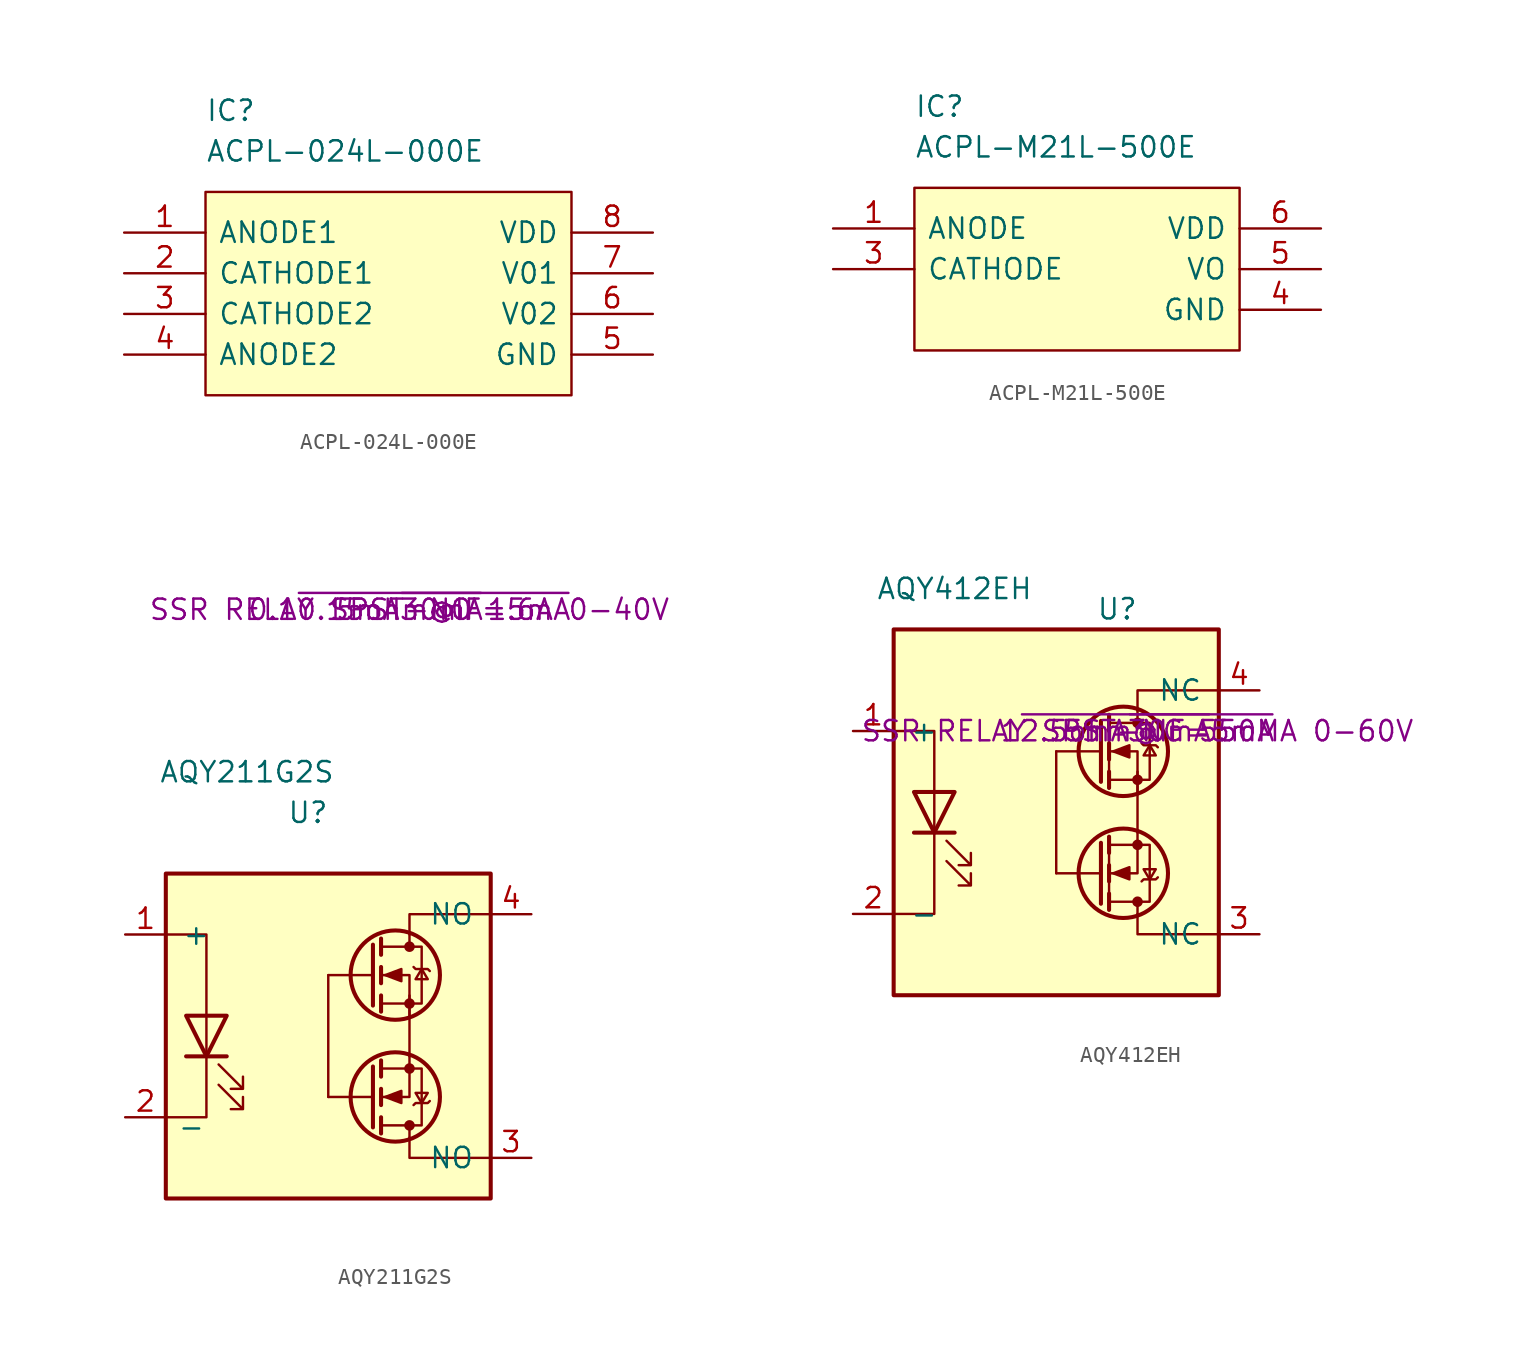
<source format=kicad_sym>
(kicad_symbol_lib
  (version 20211014)
  (generator kicad_symbol_editor)
  (symbol "ACPL-024L-000E"
    (pin_names
      (offset 0.762))
    (property "Reference" "IC"
      (at 5.08 7.62 0)
      (effects (font (size 1.27 1.27)) (justify left)))
    (property "Value" "ACPL-024L-000E"
      (at 5.08 5.08 0)
      (effects (font (size 1.27 1.27)) (justify left)))
    (symbol "ACPL-024L-000E_0_0"
      (pin passive line (at 0 0 0) (length 5.08) (name "ANODE1" (effects (font (size 1.27 1.27)))) (number "1" (effects (font (size 1.27 1.27)))))
      (pin passive line (at 0 -2.54 0) (length 5.08) (name "CATHODE1" (effects (font (size 1.27 1.27)))) (number "2" (effects (font (size 1.27 1.27)))))
      (pin passive line (at 0 -5.08 0) (length 5.08) (name "CATHODE2" (effects (font (size 1.27 1.27)))) (number "3" (effects (font (size 1.27 1.27)))))
      (pin passive line (at 0 -7.62 0) (length 5.08) (name "ANODE2" (effects (font (size 1.27 1.27)))) (number "4" (effects (font (size 1.27 1.27)))))
      (pin passive line (at 33.02 -7.62 180) (length 5.08) (name "GND" (effects (font (size 1.27 1.27)))) (number "5" (effects (font (size 1.27 1.27)))))
      (pin passive line (at 33.02 -5.08 180) (length 5.08) (name "V02" (effects (font (size 1.27 1.27)))) (number "6" (effects (font (size 1.27 1.27)))))
      (pin passive line (at 33.02 -2.54 180) (length 5.08) (name "V01" (effects (font (size 1.27 1.27)))) (number "7" (effects (font (size 1.27 1.27)))))
      (pin passive line (at 33.02 0 180) (length 5.08) (name "VDD" (effects (font (size 1.27 1.27)))) (number "8" (effects (font (size 1.27 1.27))))))
    (symbol "ACPL-024L-000E_0_1"
      (polyline (pts (xy 5.08 2.54) (xy 27.94 2.54) (xy 27.94 -10.16) (xy 5.08 -10.16) (xy 5.08 2.54)) (stroke (width 0.152) (type default) (color 0 0 0 0)) (fill (type background)))))
  (symbol "ACPL-M21L-500E"
    (pin_names
      (offset 0.762))
    (property "Reference" "IC"
      (at 5.08 7.62 0)
      (effects (font (size 1.27 1.27)) (justify left)))
    (property "Value" "ACPL-M21L-500E"
      (at 5.08 5.08 0)
      (effects (font (size 1.27 1.27)) (justify left)))
    (symbol "ACPL-M21L-500E_0_0"
      (pin passive line (at 0 0 0) (length 5.08) (name "ANODE" (effects (font (size 1.27 1.27)))) (number "1" (effects (font (size 1.27 1.27)))))
      (pin passive line (at 0 -2.54 0) (length 5.08) (name "CATHODE" (effects (font (size 1.27 1.27)))) (number "3" (effects (font (size 1.27 1.27)))))
      (pin power_in line (at 30.48 -5.08 180) (length 5.08) (name "GND" (effects (font (size 1.27 1.27)))) (number "4" (effects (font (size 1.27 1.27)))))
      (pin passive line (at 30.48 -2.54 180) (length 5.08) (name "VO" (effects (font (size 1.27 1.27)))) (number "5" (effects (font (size 1.27 1.27)))))
      (pin passive line (at 30.48 0 180) (length 5.08) (name "VDD" (effects (font (size 1.27 1.27)))) (number "6" (effects (font (size 1.27 1.27))))))
    (symbol "ACPL-M21L-500E_0_1"
      (polyline (pts (xy 5.08 2.54) (xy 25.4 2.54) (xy 25.4 -7.62) (xy 5.08 -7.62) (xy 5.08 2.54)) (stroke (width 0.152) (type default) (color 0 0 0 0)) (fill (type background)))))
  (symbol "AQY211G2S"
    (pin_names
      (offset 1.016))
    (property "Reference" "U"
      (at -6.35 -12.7 0)
      (effects (font (size 1.27 1.27))))
    (property "Value" "AQY211G2S"
      (at -10.16 -10.16 0)
      (effects (font (size 1.27 1.27))))
    (property "Description" "SSR RELAY SPST-NO 1.6A 0-40V"
      (at 0 0 0)
      (effects (font (size 1.27 1.27))))
    (property "On Resistance" "0.1~{0.15ohm@IF=5mA}"
      (at 0 0 0)
      (effects (font (size 1.27 1.27))))
    (property "IF" "5mA~{30mA}"
      (at 0 0 0)
      (effects (font (size 1.27 1.27))))
    (symbol "AQY211G2S_0_1"
      (rectangle (start -15.24 -16.51) (end 5.08 -36.83) (stroke (width 0.254) (type default) (color 0 0 0 0)) (fill (type background)))
      (polyline (pts (xy -5.08 -22.86) (xy -5.08 -30.48)) (stroke (width 0) (type default) (color 0 0 0 0)) (fill (type none)))
      (polyline (pts (xy 0 -24.13) (xy 0 -27.94)) (stroke (width 0) (type default) (color 0 0 0 0)) (fill (type none)))
      (polyline (pts (xy -12.7 -27.94) (xy -12.7 -31.75) (xy -15.24 -31.75)) (stroke (width 0) (type default) (color 0 0 0 0)) (fill (type none)))
      (polyline (pts (xy -12.7 -25.4) (xy -12.7 -20.32) (xy -15.24 -20.32)) (stroke (width 0) (type default) (color 0 0 0 0)) (fill (type none)))
      (polyline (pts (xy 0 -33.02) (xy 0 -34.29) (xy 5.08 -34.29)) (stroke (width 0) (type default) (color 0 0 0 0)) (fill (type none)))
      (polyline (pts (xy 0 -20.32) (xy 0 -19.05) (xy 5.08 -19.05)) (stroke (width 0) (type default) (color 0 0 0 0)) (fill (type none))))
    (symbol "AQY211G2S_1_1"
      (circle (center -0.889 -30.48) (radius 2.794) (stroke (width 0.254) (type default) (color 0 0 0 0)) (fill (type none)))
      (circle (center -0.889 -22.86) (radius 2.794) (stroke (width 0.254) (type default) (color 0 0 0 0)) (fill (type none)))
      (circle (center 0 -32.258) (radius 0.254) (stroke (width 0) (type default) (color 0 0 0 0)) (fill (type outline)))
      (circle (center 0 -28.702) (radius 0.254) (stroke (width 0) (type default) (color 0 0 0 0)) (fill (type outline)))
      (circle (center 0 -24.638) (radius 0.254) (stroke (width 0) (type default) (color 0 0 0 0)) (fill (type outline)))
      (circle (center 0 -21.082) (radius 0.254) (stroke (width 0) (type default) (color 0 0 0 0)) (fill (type outline)))
      (polyline (pts (xy -12.7 -27.94) (xy -12.7 -25.4)) (stroke (width 0) (type default) (color 0 0 0 0)) (fill (type none)))
      (polyline (pts (xy -11.43 -27.94) (xy -13.97 -27.94)) (stroke (width 0.254) (type default) (color 0 0 0 0)) (fill (type none)))
      (polyline (pts (xy -2.286 -32.385) (xy -2.286 -28.575)) (stroke (width 0.254) (type default) (color 0 0 0 0)) (fill (type none)))
      (polyline (pts (xy -2.286 -30.48) (xy -5.08 -30.48)) (stroke (width 0) (type default) (color 0 0 0 0)) (fill (type none)))
      (polyline (pts (xy -2.286 -22.86) (xy -5.08 -22.86)) (stroke (width 0) (type default) (color 0 0 0 0)) (fill (type none)))
      (polyline (pts (xy -2.286 -20.955) (xy -2.286 -24.765)) (stroke (width 0.254) (type default) (color 0 0 0 0)) (fill (type none)))
      (polyline (pts (xy -1.778 -32.766) (xy -1.778 -31.75)) (stroke (width 0.254) (type default) (color 0 0 0 0)) (fill (type none)))
      (polyline (pts (xy -1.778 -30.988) (xy -1.778 -29.972)) (stroke (width 0.254) (type default) (color 0 0 0 0)) (fill (type none)))
      (polyline (pts (xy -1.778 -29.21) (xy -1.778 -28.194)) (stroke (width 0.254) (type default) (color 0 0 0 0)) (fill (type none)))
      (polyline (pts (xy -1.778 -24.13) (xy -1.778 -25.146)) (stroke (width 0.254) (type default) (color 0 0 0 0)) (fill (type none)))
      (polyline (pts (xy -1.778 -22.352) (xy -1.778 -23.368)) (stroke (width 0.254) (type default) (color 0 0 0 0)) (fill (type none)))
      (polyline (pts (xy -1.778 -20.574) (xy -1.778 -21.59)) (stroke (width 0.254) (type default) (color 0 0 0 0)) (fill (type none)))
      (polyline (pts (xy 0 -33.02) (xy 0 -32.258)) (stroke (width 0) (type default) (color 0 0 0 0)) (fill (type none)))
      (polyline (pts (xy 0 -20.32) (xy 0 -21.082)) (stroke (width 0) (type default) (color 0 0 0 0)) (fill (type none)))
      (polyline (pts (xy 0 -27.94) (xy 0 -30.48) (xy -1.778 -30.48)) (stroke (width 0) (type default) (color 0 0 0 0)) (fill (type none)))
      (polyline (pts (xy 0 -25.4) (xy 0 -22.86) (xy -1.778 -22.86)) (stroke (width 0) (type default) (color 0 0 0 0)) (fill (type none)))
      (polyline (pts (xy -11.43 -25.4) (xy -13.97 -25.4) (xy -12.7 -27.94) (xy -11.43 -25.4)) (stroke (width 0.254) (type default) (color 0 0 0 0)) (fill (type none)))
      (polyline (pts (xy -1.778 -28.702) (xy 0.762 -28.702) (xy 0.762 -32.258) (xy -1.778 -32.258)) (stroke (width 0) (type default) (color 0 0 0 0)) (fill (type none)))
      (polyline (pts (xy -1.778 -24.638) (xy 0.762 -24.638) (xy 0.762 -21.082) (xy -1.778 -21.082)) (stroke (width 0) (type default) (color 0 0 0 0)) (fill (type none)))
      (polyline (pts (xy -1.524 -30.48) (xy -0.508 -30.861) (xy -0.508 -30.099) (xy -1.524 -30.48)) (stroke (width 0) (type default) (color 0 0 0 0)) (fill (type outline)))
      (polyline (pts (xy -1.524 -22.86) (xy -0.508 -22.479) (xy -0.508 -23.241) (xy -1.524 -22.86)) (stroke (width 0) (type default) (color 0 0 0 0)) (fill (type outline)))
      (polyline (pts (xy 0.254 -30.988) (xy 0.381 -30.861) (xy 1.143 -30.861) (xy 1.27 -30.734)) (stroke (width 0) (type default) (color 0 0 0 0)) (fill (type none)))
      (polyline (pts (xy 0.254 -22.352) (xy 0.381 -22.479) (xy 1.143 -22.479) (xy 1.27 -22.606)) (stroke (width 0) (type default) (color 0 0 0 0)) (fill (type none)))
      (polyline (pts (xy 0.762 -30.861) (xy 0.381 -30.226) (xy 1.143 -30.226) (xy 0.762 -30.861)) (stroke (width 0) (type default) (color 0 0 0 0)) (fill (type none)))
      (polyline (pts (xy 0.762 -22.479) (xy 0.381 -23.114) (xy 1.143 -23.114) (xy 0.762 -22.479)) (stroke (width 0) (type default) (color 0 0 0 0)) (fill (type none)))
      (polyline (pts (xy -11.938 -29.718) (xy -10.414 -31.242) (xy -10.414 -30.48) (xy -10.414 -31.242) (xy -11.176 -31.242)) (stroke (width 0) (type default) (color 0 0 0 0)) (fill (type none)))
      (polyline (pts (xy -11.938 -28.448) (xy -10.414 -29.972) (xy -10.414 -29.21) (xy -10.414 -29.972) (xy -11.176 -29.972)) (stroke (width 0) (type default) (color 0 0 0 0)) (fill (type none)))
      (pin input line (at -17.78 -20.32 0) (length 2.54) (name "+" (effects (font (size 1.27 1.27)))) (number "1" (effects (font (size 1.27 1.27)))))
      (pin input line (at -17.78 -31.75 0) (length 2.54) (name "_" (effects (font (size 1.27 1.27)))) (number "2" (effects (font (size 1.27 1.27)))))
      (pin input line (at 7.62 -34.29 180) (length 2.54) (name "NO" (effects (font (size 1.27 1.27)))) (number "3" (effects (font (size 1.27 1.27)))))
      (pin input line (at 7.62 -19.05 180) (length 2.54) (name "NO" (effects (font (size 1.27 1.27)))) (number "4" (effects (font (size 1.27 1.27)))))))
  (symbol "AQY412EH"
    (pin_names
      (offset 1.016))
    (property "Reference" "U"
      (at -1.27 7.62 0)
      (effects (font (size 1.27 1.27))))
    (property "Value" "AQY412EH"
      (at -11.43 8.89 0)
      (effects (font (size 1.27 1.27))))
    (property "Description" "SSR RELAY SPST-NC 550MA 0-60V"
      (at 0 0 0)
      (effects (font (size 1.27 1.27))))
    (property "On Resistance" "1~{2.5ohm@IF=5mA}"
      (at 0 0 0)
      (effects (font (size 1.27 1.27))))
    (property "IF" "5mA~{30mA}"
      (at 0 0 0)
      (effects (font (size 1.27 1.27))))
    (symbol "AQY412EH_0_1"
      (rectangle (start -15.24 6.35) (end 5.08 -16.51) (stroke (width 0.254) (type default) (color 0 0 0 0)) (fill (type background)))
      (polyline (pts (xy -1.778 -6.579) (xy -1.778 -11.201)) (stroke (width 0) (type default) (color 0 0 0 0)) (fill (type none)))
      (polyline (pts (xy -1.778 -3.581) (xy -1.778 1.041)) (stroke (width 0) (type default) (color 0 0 0 0)) (fill (type none)))
      (polyline (pts (xy -12.7 -6.35) (xy -12.7 -11.43) (xy -15.24 -11.43)) (stroke (width 0) (type default) (color 0 0 0 0)) (fill (type none)))
      (polyline (pts (xy -12.7 -3.81) (xy -12.7 0) (xy -15.24 0)) (stroke (width 0) (type default) (color 0 0 0 0)) (fill (type none)))
      (polyline (pts (xy 0 -11.43) (xy 0 -12.7) (xy 5.08 -12.7)) (stroke (width 0) (type default) (color 0 0 0 0)) (fill (type none)))
      (polyline (pts (xy 0 1.27) (xy 0 2.54) (xy 5.08 2.54)) (stroke (width 0) (type default) (color 0 0 0 0)) (fill (type none))))
    (symbol "AQY412EH_1_1"
      (circle (center -0.889 -8.89) (radius 2.794) (stroke (width 0.254) (type default) (color 0 0 0 0)) (fill (type none)))
      (circle (center -0.889 -1.27) (radius 2.794) (stroke (width 0.254) (type default) (color 0 0 0 0)) (fill (type none)))
      (circle (center 0 -10.668) (radius 0.254) (stroke (width 0) (type default) (color 0 0 0 0)) (fill (type outline)))
      (circle (center 0 -7.112) (radius 0.254) (stroke (width 0) (type default) (color 0 0 0 0)) (fill (type outline)))
      (circle (center 0 -3.048) (radius 0.254) (stroke (width 0) (type default) (color 0 0 0 0)) (fill (type outline)))
      (polyline (pts (xy -12.7 -6.35) (xy -12.7 -3.81)) (stroke (width 0) (type default) (color 0 0 0 0)) (fill (type none)))
      (polyline (pts (xy -11.43 -6.35) (xy -13.97 -6.35)) (stroke (width 0.254) (type default) (color 0 0 0 0)) (fill (type none)))
      (polyline (pts (xy -5.08 -1.27) (xy -5.08 -8.89)) (stroke (width 0) (type default) (color 0 0 0 0)) (fill (type none)))
      (polyline (pts (xy -2.286 -10.795) (xy -2.286 -6.985)) (stroke (width 0.254) (type default) (color 0 0 0 0)) (fill (type none)))
      (polyline (pts (xy -2.286 -8.89) (xy -5.08 -8.89)) (stroke (width 0) (type default) (color 0 0 0 0)) (fill (type none)))
      (polyline (pts (xy -2.286 -1.27) (xy -5.08 -1.27)) (stroke (width 0) (type default) (color 0 0 0 0)) (fill (type none)))
      (polyline (pts (xy -2.286 0.635) (xy -2.286 -3.175)) (stroke (width 0.254) (type default) (color 0 0 0 0)) (fill (type none)))
      (polyline (pts (xy -1.778 -11.176) (xy -1.778 -10.16)) (stroke (width 0.254) (type default) (color 0 0 0 0)) (fill (type none)))
      (polyline (pts (xy -1.778 -9.398) (xy -1.778 -8.382)) (stroke (width 0.254) (type default) (color 0 0 0 0)) (fill (type none)))
      (polyline (pts (xy -1.778 -7.62) (xy -1.778 -6.604)) (stroke (width 0.254) (type default) (color 0 0 0 0)) (fill (type none)))
      (polyline (pts (xy -1.778 -2.54) (xy -1.778 -3.556)) (stroke (width 0.254) (type default) (color 0 0 0 0)) (fill (type none)))
      (polyline (pts (xy -1.778 -0.762) (xy -1.778 -1.778)) (stroke (width 0.254) (type default) (color 0 0 0 0)) (fill (type none)))
      (polyline (pts (xy -1.778 1.016) (xy -1.778 0)) (stroke (width 0.254) (type default) (color 0 0 0 0)) (fill (type none)))
      (polyline (pts (xy 0 -11.43) (xy 0 -10.668)) (stroke (width 0) (type default) (color 0 0 0 0)) (fill (type none)))
      (polyline (pts (xy 0 -2.54) (xy 0 -6.35)) (stroke (width 0) (type default) (color 0 0 0 0)) (fill (type none)))
      (polyline (pts (xy 0 1.27) (xy 0 0.508)) (stroke (width 0) (type default) (color 0 0 0 0)) (fill (type none)))
      (polyline (pts (xy 0 -6.35) (xy 0 -8.89) (xy -1.778 -8.89)) (stroke (width 0) (type default) (color 0 0 0 0)) (fill (type none)))
      (polyline (pts (xy 0 -3.81) (xy 0 -1.27) (xy -1.778 -1.27)) (stroke (width 0) (type default) (color 0 0 0 0)) (fill (type none)))
      (polyline (pts (xy -11.43 -3.81) (xy -13.97 -3.81) (xy -12.7 -6.35) (xy -11.43 -3.81)) (stroke (width 0.254) (type default) (color 0 0 0 0)) (fill (type none)))
      (polyline (pts (xy -1.778 -7.112) (xy 0.762 -7.112) (xy 0.762 -10.668) (xy -1.778 -10.668)) (stroke (width 0) (type default) (color 0 0 0 0)) (fill (type none)))
      (polyline (pts (xy -1.778 -3.048) (xy 0.762 -3.048) (xy 0.762 0.508) (xy -1.778 0.508)) (stroke (width 0) (type default) (color 0 0 0 0)) (fill (type none)))
      (polyline (pts (xy -1.524 -8.89) (xy -0.508 -9.271) (xy -0.508 -8.509) (xy -1.524 -8.89)) (stroke (width 0) (type default) (color 0 0 0 0)) (fill (type outline)))
      (polyline (pts (xy -1.524 -1.27) (xy -0.508 -0.889) (xy -0.508 -1.651) (xy -1.524 -1.27)) (stroke (width 0) (type default) (color 0 0 0 0)) (fill (type outline)))
      (polyline (pts (xy 0.254 -9.398) (xy 0.381 -9.271) (xy 1.143 -9.271) (xy 1.27 -9.144)) (stroke (width 0) (type default) (color 0 0 0 0)) (fill (type none)))
      (polyline (pts (xy 0.254 -0.762) (xy 0.381 -0.889) (xy 1.143 -0.889) (xy 1.27 -1.016)) (stroke (width 0) (type default) (color 0 0 0 0)) (fill (type none)))
      (polyline (pts (xy 0.762 -9.271) (xy 0.381 -8.636) (xy 1.143 -8.636) (xy 0.762 -9.271)) (stroke (width 0) (type default) (color 0 0 0 0)) (fill (type none)))
      (polyline (pts (xy 0.762 -0.889) (xy 0.381 -1.524) (xy 1.143 -1.524) (xy 0.762 -0.889)) (stroke (width 0) (type default) (color 0 0 0 0)) (fill (type none)))
      (polyline (pts (xy -11.938 -8.128) (xy -10.414 -9.652) (xy -10.414 -8.89) (xy -10.414 -9.652) (xy -11.176 -9.652)) (stroke (width 0) (type default) (color 0 0 0 0)) (fill (type none)))
      (polyline (pts (xy -11.938 -6.858) (xy -10.414 -8.382) (xy -10.414 -7.62) (xy -10.414 -8.382) (xy -11.176 -8.382)) (stroke (width 0) (type default) (color 0 0 0 0)) (fill (type none)))
      (circle (center 0 0.508) (radius 0.254) (stroke (width 0) (type default) (color 0 0 0 0)) (fill (type outline)))
      (pin input line (at -17.78 0 0) (length 2.54) (name "+" (effects (font (size 1.27 1.27)))) (number "1" (effects (font (size 1.27 1.27)))))
      (pin input line (at -17.78 -11.43 0) (length 2.54) (name "-" (effects (font (size 1.27 1.27)))) (number "2" (effects (font (size 1.27 1.27)))))
      (pin input line (at 7.62 -12.7 180) (length 2.54) (name "NC" (effects (font (size 1.27 1.27)))) (number "3" (effects (font (size 1.27 1.27)))))
      (pin input line (at 7.62 2.54 180) (length 2.54) (name "NC" (effects (font (size 1.27 1.27)))) (number "4" (effects (font (size 1.27 1.27))))))))
</source>
